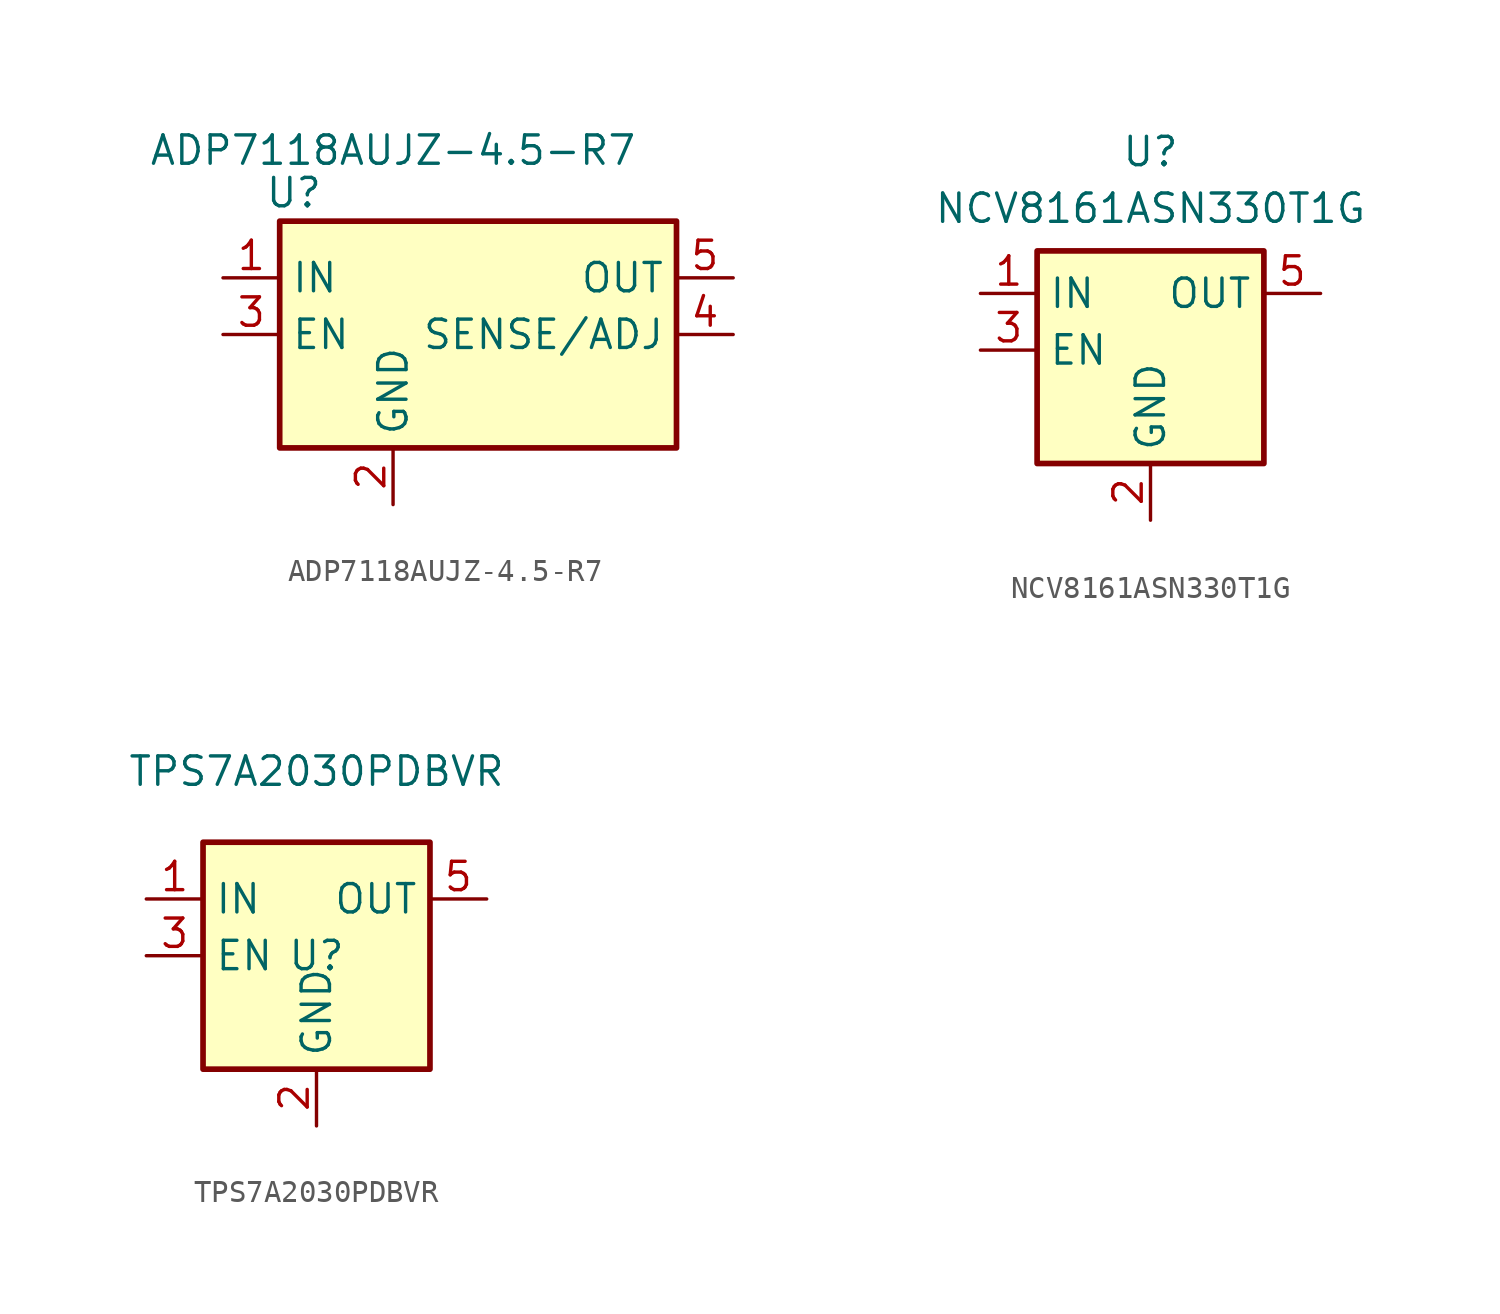
<source format=kicad_sym>
(kicad_symbol_lib
  (version 20220914)
  (generator kicad_symbol_editor)
  (symbol "ADP7118AUJZ-4.5-R7"
    (property "Reference" "U"
      (at -4.445 6.35 0)
      (effects (font (size 1.27 1.27))))
    (property "Value" "ADP7118AUJZ-4.5-R7"
      (at 0 8.255 0)
      (effects (font (size 1.27 1.27))))
    (symbol "ADP7118AUJZ-4.5-R7_0_1"
      (rectangle (start -5.08 5.08) (end 12.7 -5.08) (stroke (width 0.254) (type default)) (fill (type background)))
      (pin power_in line (at -7.62 2.54 0) (length 2.54) (name "IN" (effects (font (size 1.27 1.27)))) (number "1" (effects (font (size 1.27 1.27)))))
      (pin power_in line (at 0 -7.62 90) (length 2.54) (name "GND" (effects (font (size 1.27 1.27)))) (number "2" (effects (font (size 1.27 1.27)))))
      (pin input line (at -7.62 0 0) (length 2.54) (name "EN" (effects (font (size 1.27 1.27)))) (number "3" (effects (font (size 1.27 1.27)))))
      (pin power_out line (at 15.24 2.54 180) (length 2.54) (name "OUT" (effects (font (size 1.27 1.27)))) (number "5" (effects (font (size 1.27 1.27))))))
    (symbol "ADP7118AUJZ-4.5-R7_1_1"
      (pin input line (at 15.24 0 180) (length 2.54) (name "SENSE/ADJ" (effects (font (size 1.27 1.27)))) (number "4" (effects (font (size 1.27 1.27)))))))
  (symbol "NCV8161ASN330T1G"
    (property "Reference" "U"
      (at 0 8.89 0)
      (effects (font (size 1.27 1.27))))
    (property "Value" "NCV8161ASN330T1G"
      (at 0 6.35 0)
      (effects (font (size 1.27 1.27))))
    (symbol "NCV8161ASN330T1G_0_1"
      (rectangle (start -5.08 4.445) (end 5.08 -5.08) (stroke (width 0.254) (type default)) (fill (type background))))
    (symbol "NCV8161ASN330T1G_1_1"
      (pin power_in line (at -7.62 2.54 0) (length 2.54) (name "IN" (effects (font (size 1.27 1.27)))) (number "1" (effects (font (size 1.27 1.27)))))
      (pin power_in line (at 0 -7.62 90) (length 2.54) (name "GND" (effects (font (size 1.27 1.27)))) (number "2" (effects (font (size 1.27 1.27)))))
      (pin input line (at -7.62 0 0) (length 2.54) (name "EN" (effects (font (size 1.27 1.27)))) (number "3" (effects (font (size 1.27 1.27)))))
      (pin no_connect line (at 5.08 0 180) (length 2.54) hide (name "NC" (effects (font (size 1.27 1.27)))) (number "4" (effects (font (size 1.27 1.27)))))
      (pin power_out line (at 7.62 2.54 180) (length 2.54) (name "OUT" (effects (font (size 1.27 1.27)))) (number "5" (effects (font (size 1.27 1.27)))))))
  (symbol "TPS7A2030PDBVR"
    (property "Reference" "U"
      (at 0 0 0)
      (effects (font (size 1.27 1.27))))
    (property "Value" "TPS7A2030PDBVR"
      (at 0 8.255 0)
      (effects (font (size 1.27 1.27))))
    (symbol "TPS7A2030PDBVR_0_1"
      (rectangle (start -5.08 -5.08) (end 5.08 5.08) (stroke (width 0.254) (type default)) (fill (type background)))
      (pin power_in line (at -7.62 2.54 0) (length 2.54) (name "IN" (effects (font (size 1.27 1.27)))) (number "1" (effects (font (size 1.27 1.27)))))
      (pin power_in line (at 0 -7.62 90) (length 2.54) (name "GND" (effects (font (size 1.27 1.27)))) (number "2" (effects (font (size 1.27 1.27)))))
      (pin input line (at -7.62 0 0) (length 2.54) (name "EN" (effects (font (size 1.27 1.27)))) (number "3" (effects (font (size 1.27 1.27)))))
      (pin no_connect line (at 5.08 0 180) (length 2.54) hide (name "NC" (effects (font (size 1.27 1.27)))) (number "4" (effects (font (size 1.27 1.27)))))
      (pin power_out line (at 7.62 2.54 180) (length 2.54) (name "OUT" (effects (font (size 1.27 1.27)))) (number "5" (effects (font (size 1.27 1.27))))))))
</source>
